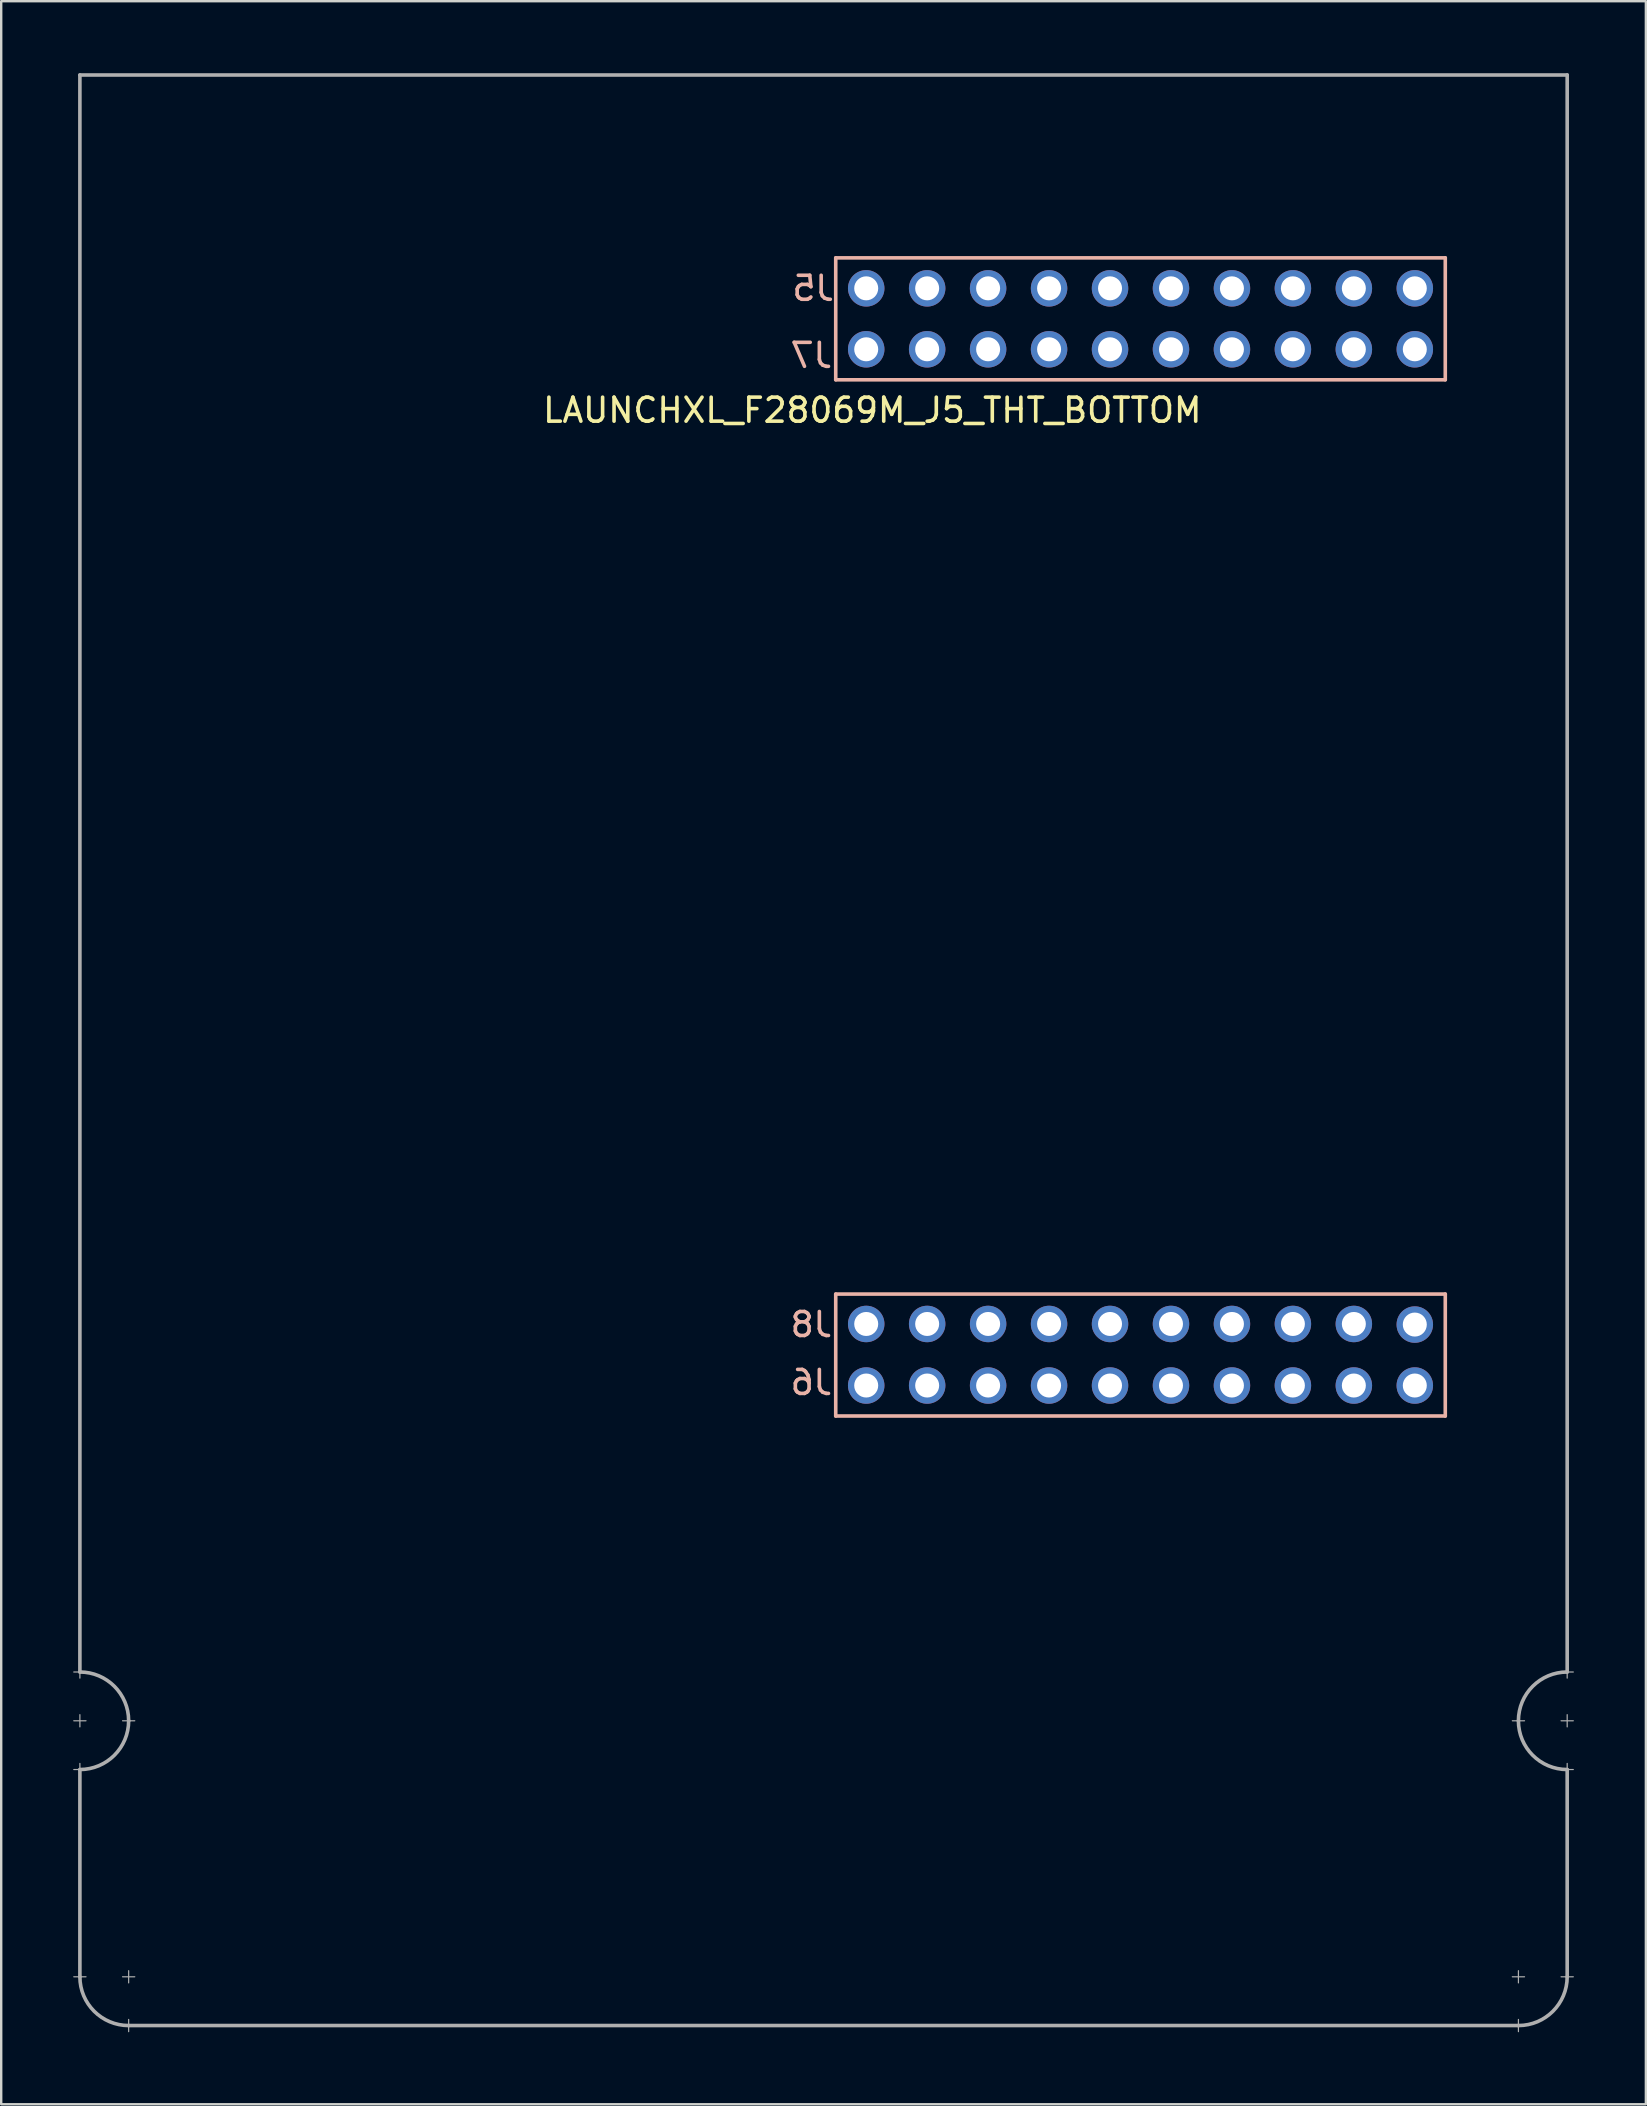
<source format=kicad_pcb>
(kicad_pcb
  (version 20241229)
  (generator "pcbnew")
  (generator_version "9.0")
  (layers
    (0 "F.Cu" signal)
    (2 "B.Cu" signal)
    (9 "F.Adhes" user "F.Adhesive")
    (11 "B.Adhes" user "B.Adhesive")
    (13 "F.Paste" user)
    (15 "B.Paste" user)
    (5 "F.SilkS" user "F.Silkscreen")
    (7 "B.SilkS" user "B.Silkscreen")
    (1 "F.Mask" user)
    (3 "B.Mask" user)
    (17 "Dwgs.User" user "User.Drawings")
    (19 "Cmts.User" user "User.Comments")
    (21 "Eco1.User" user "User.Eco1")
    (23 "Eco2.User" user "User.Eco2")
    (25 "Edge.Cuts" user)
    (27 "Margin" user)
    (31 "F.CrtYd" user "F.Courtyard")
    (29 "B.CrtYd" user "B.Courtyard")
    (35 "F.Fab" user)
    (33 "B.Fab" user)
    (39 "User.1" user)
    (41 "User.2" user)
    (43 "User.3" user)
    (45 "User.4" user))
  (footprint "LAUNCHXL_F28069M_J5_THT_BOTTOM"
    (layer "F.Cu")
    (at 0.279 55.955)
    (property "Reference" "LAUNCHXL_F28069M_J5_THT_BOTTOM" (at 33.02 -41.91 0) (layer "F.SilkS") (effects (font (size 1 1) (thickness 0.15))))
    (attr through_hole)
    (fp_line (start 31.496 -48.26) (end 31.496 -43.18) (stroke (width 0.15) (type solid)) (layer "B.SilkS"))
    (fp_line (start 31.496 -43.18) (end 56.896 -43.18) (stroke (width 0.15) (type solid)) (layer "B.SilkS"))
    (fp_line (start 31.496 -5.08) (end 31.496 0) (stroke (width 0.15) (type solid)) (layer "B.SilkS"))
    (fp_line (start 31.496 0) (end 56.896 0) (stroke (width 0.15) (type solid)) (layer "B.SilkS"))
    (fp_line (start 56.896 -48.26) (end 31.496 -48.26) (stroke (width 0.15) (type solid)) (layer "B.SilkS"))
    (fp_line (start 56.896 -43.18) (end 56.896 -48.26) (stroke (width 0.15) (type solid)) (layer "B.SilkS"))
    (fp_line (start 56.896 -5.08) (end 31.496 -5.08) (stroke (width 0.15) (type solid)) (layer "B.SilkS"))
    (fp_line (start 56.896 0) (end 56.896 -5.08) (stroke (width 0.15) (type solid)) (layer "B.SilkS"))
    (fp_line (start -0.254 10.668) (end 0.254 10.668) (stroke (width 0.05) (type solid)) (layer "F.Fab"))
    (fp_line (start -0.254 12.7) (end 0.254 12.7) (stroke (width 0.05) (type solid)) (layer "F.Fab"))
    (fp_line (start -0.254 14.732) (end 0.254 14.732) (stroke (width 0.05) (type solid)) (layer "F.Fab"))
    (fp_line (start 0 -55.88) (end 0 10.668) (stroke (width 0.15) (type solid)) (layer "F.Fab"))
    (fp_line (start 0 10.414) (end 0 10.922) (stroke (width 0.05) (type solid)) (layer "F.Fab"))
    (fp_line (start 0 12.446) (end 0 12.954) (stroke (width 0.05) (type solid)) (layer "F.Fab"))
    (fp_line (start 0 14.478) (end 0 14.986) (stroke (width 0.05) (type solid)) (layer "F.Fab"))
    (fp_line (start 0 14.732) (end 0 23.368) (stroke (width 0.15) (type solid)) (layer "F.Fab"))
    (fp_line (start 0 23.114) (end 0 23.622) (stroke (width 0.05) (type solid)) (layer "F.Fab"))
    (fp_line (start 0.254 23.368) (end -0.254 23.368) (stroke (width 0.05) (type solid)) (layer "F.Fab"))
    (fp_line (start 1.778 12.7) (end 2.286 12.7) (stroke (width 0.05) (type solid)) (layer "F.Fab"))
    (fp_line (start 2.032 23.114) (end 2.032 23.622) (stroke (width 0.05) (type solid)) (layer "F.Fab"))
    (fp_line (start 2.032 25.146) (end 2.032 25.654) (stroke (width 0.05) (type solid)) (layer "F.Fab"))
    (fp_line (start 2.032 25.4) (end 59.944 25.4) (stroke (width 0.15) (type solid)) (layer "F.Fab"))
    (fp_line (start 2.286 23.368) (end 1.778 23.368) (stroke (width 0.05) (type solid)) (layer "F.Fab"))
    (fp_line (start 59.69 23.368) (end 60.198 23.368) (stroke (width 0.05) (type solid)) (layer "F.Fab"))
    (fp_line (start 59.69 25.4) (end 60.198 25.4) (stroke (width 0.05) (type solid)) (layer "F.Fab"))
    (fp_line (start 59.944 23.114) (end 59.944 23.622) (stroke (width 0.05) (type solid)) (layer "F.Fab"))
    (fp_line (start 59.944 25.146) (end 59.944 25.654) (stroke (width 0.05) (type solid)) (layer "F.Fab"))
    (fp_line (start 60.198 12.7) (end 59.69 12.7) (stroke (width 0.05) (type solid)) (layer "F.Fab"))
    (fp_line (start 61.722 23.368) (end 62.23 23.368) (stroke (width 0.05) (type solid)) (layer "F.Fab"))
    (fp_line (start 61.976 -55.88) (end 0 -55.88) (stroke (width 0.15) (type solid)) (layer "F.Fab"))
    (fp_line (start 61.976 10.668) (end 61.976 -55.88) (stroke (width 0.15) (type solid)) (layer "F.Fab"))
    (fp_line (start 61.976 10.922) (end 61.976 10.414) (stroke (width 0.05) (type solid)) (layer "F.Fab"))
    (fp_line (start 61.976 12.954) (end 61.976 12.446) (stroke (width 0.05) (type solid)) (layer "F.Fab"))
    (fp_line (start 61.976 14.732) (end 61.976 23.368) (stroke (width 0.15) (type solid)) (layer "F.Fab"))
    (fp_line (start 61.976 14.986) (end 61.976 14.478) (stroke (width 0.05) (type solid)) (layer "F.Fab"))
    (fp_line (start 62.23 10.668) (end 61.722 10.668) (stroke (width 0.05) (type solid)) (layer "F.Fab"))
    (fp_line (start 62.23 12.7) (end 61.722 12.7) (stroke (width 0.05) (type solid)) (layer "F.Fab"))
    (fp_line (start 62.23 14.732) (end 61.722 14.732) (stroke (width 0.05) (type solid)) (layer "F.Fab"))
    (fp_arc (start 0 10.668) (mid 1.436841 11.263159) (end 2.032 12.7) (stroke (width 0.15) (type solid)) (layer "F.Fab"))
    (fp_arc (start 2.032 12.7) (mid 1.436841 14.136841) (end 0 14.732) (stroke (width 0.15) (type solid)) (layer "F.Fab"))
    (fp_arc (start 2.032 25.4) (mid 0.595159 24.804841) (end 0 23.368) (stroke (width 0.15) (type solid)) (layer "F.Fab"))
    (fp_arc (start 59.944 12.7) (mid 60.539159 11.263159) (end 61.976 10.668) (stroke (width 0.15) (type solid)) (layer "F.Fab"))
    (fp_arc (start 61.976 14.732) (mid 60.539159 14.136841) (end 59.944 12.7) (stroke (width 0.15) (type solid)) (layer "F.Fab"))
    (fp_arc (start 61.976 23.368) (mid 61.380841 24.804841) (end 59.944 25.4) (stroke (width 0.15) (type solid)) (layer "F.Fab"))
    (fp_text user "J7" (at 30.48 -44.196 0) (layer "B.SilkS") (effects (font (size 1 1) (thickness 0.15)) (justify mirror)))
    (fp_text user "J8" (at 30.48 -3.81 0) (layer "B.SilkS") (effects (font (size 1 1) (thickness 0.15)) (justify mirror)))
    (fp_text user "J5" (at 30.556 -46.99 0) (layer "B.SilkS") (effects (font (size 1 1) (thickness 0.15)) (justify mirror)))
    (fp_text user "J6" (at 30.48 -1.397 0) (layer "B.SilkS") (effects (font (size 1 1) (thickness 0.15)) (justify mirror)))
    (pad "+3V3" thru_hole circle (at 55.626 -46.99) (size 1.52 1.52) (drill 1) (layers "*.Cu" "*.Mask"))
    (pad "+5V" thru_hole circle (at 55.626 -44.45) (size 1.52 1.52) (drill 1) (layers "*.Cu" "*.Mask"))
    (pad "A_A3" thru_hole circle (at 40.386 -44.45) (size 1.52 1.52) (drill 1) (layers "*.Cu" "*.Mask"))
    (pad "A_A4" thru_hole circle (at 35.306 -44.45) (size 1.52 1.52) (drill 1) (layers "*.Cu" "*.Mask"))
    (pad "A_A5" thru_hole circle (at 45.466 -44.45) (size 1.52 1.52) (drill 1) (layers "*.Cu" "*.Mask"))
    (pad "A_B3" thru_hole circle (at 37.846 -44.45) (size 1.52 1.52) (drill 1) (layers "*.Cu" "*.Mask"))
    (pad "A_B4" thru_hole circle (at 48.006 -44.45) (size 1.52 1.52) (drill 1) (layers "*.Cu" "*.Mask"))
    (pad "A_B5" thru_hole circle (at 42.926 -44.45) (size 1.52 1.52) (drill 1) (layers "*.Cu" "*.Mask"))
    (pad "A_B7" thru_hole circle (at 50.546 -44.45) (size 1.52 1.52) (drill 1) (layers "*.Cu" "*.Mask"))
    (pad "DAC3" thru_hole circle (at 35.306 -3.835) (size 1.52 1.52) (drill 1) (layers "*.Cu" "*.Mask"))
    (pad "DAC4" thru_hole circle (at 32.766 -3.835) (size 1.52 1.52) (drill 1) (layers "*.Cu" "*.Mask"))
    (pad "GND" thru_hole circle (at 53.086 -44.45) (size 1.52 1.52) (drill 1) (layers "*.Cu" "*.Mask"))
    (pad "GND" thru_hole circle (at 55.626 -1.27) (size 1.52 1.52) (drill 1) (layers "*.Cu" "*.Mask"))
    (pad "NC" thru_hole circle (at 32.766 -44.45) (size 1.52 1.52) (drill 1) (layers "*.Cu" "*.Mask"))
    (pad "NC" thru_hole circle (at 37.846 -3.835) (size 1.52 1.52) (drill 1) (layers "*.Cu" "*.Mask"))
    (pad "NC" thru_hole circle (at 40.386 -3.835) (size 1.52 1.52) (drill 1) (layers "*.Cu" "*.Mask"))
    (pad "NC" thru_hole circle (at 42.926 -46.99) (size 1.52 1.52) (drill 1) (layers "*.Cu" "*.Mask"))
    (pad "NC" thru_hole circle (at 48.006 -1.27) (size 1.52 1.52) (drill 1) (layers "*.Cu" "*.Mask"))
    (pad "NC" thru_hole circle (at 53.086 -46.99) (size 1.52 1.52) (drill 1) (layers "*.Cu" "*.Mask"))
    (pad "P_6" thru_hole circle (at 55.626 -3.81) (size 1.52 1.52) (drill 1) (layers "*.Cu" "*.Mask"))
    (pad "P_7" thru_hole circle (at 53.086 -3.835) (size 1.52 1.52) (drill 1) (layers "*.Cu" "*.Mask"))
    (pad "P_8" thru_hole circle (at 50.546 -3.835) (size 1.52 1.52) (drill 1) (layers "*.Cu" "*.Mask"))
    (pad "P_9" thru_hole circle (at 48.006 -3.835) (size 1.52 1.52) (drill 1) (layers "*.Cu" "*.Mask"))
    (pad "P_10" thru_hole circle (at 45.466 -3.835) (size 1.52 1.52) (drill 1) (layers "*.Cu" "*.Mask"))
    (pad "P_11" thru_hole circle (at 42.926 -3.835) (size 1.52 1.52) (drill 1) (layers "*.Cu" "*.Mask"))
    (pad "P_14" thru_hole circle (at 40.386 -46.99) (size 1.52 1.52) (drill 1) (layers "*.Cu" "*.Mask"))
    (pad "P_15" thru_hole circle (at 50.546 -46.99) (size 1.52 1.52) (drill 1) (layers "*.Cu" "*.Mask"))
    (pad "P_20" thru_hole circle (at 45.466 -46.99) (size 1.52 1.52) (drill 1) (layers "*.Cu" "*.Mask"))
    (pad "P_21" thru_hole circle (at 37.846 -46.99) (size 1.52 1.52) (drill 1) (layers "*.Cu" "*.Mask"))
    (pad "P_23" thru_hole circle (at 35.306 -46.99) (size 1.52 1.52) (drill 1) (layers "*.Cu" "*.Mask"))
    (pad "P_24" thru_hole circle (at 42.926 -1.27) (size 1.52 1.52) (drill 1) (layers "*.Cu" "*.Mask"))
    (pad "P_25" thru_hole circle (at 40.386 -1.27) (size 1.52 1.52) (drill 1) (layers "*.Cu" "*.Mask"))
    (pad "P_26" thru_hole circle (at 50.546 -1.27) (size 1.52 1.52) (drill 1) (layers "*.Cu" "*.Mask"))
    (pad "P_27" thru_hole circle (at 53.086 -1.27) (size 1.52 1.52) (drill 1) (layers "*.Cu" "*.Mask"))
    (pad "P_52" thru_hole circle (at 37.846 -1.27) (size 1.52 1.52) (drill 1) (layers "*.Cu" "*.Mask"))
    (pad "P_53" thru_hole circle (at 35.306 -1.27) (size 1.52 1.52) (drill 1) (layers "*.Cu" "*.Mask"))
    (pad "P_54" thru_hole circle (at 32.766 -46.99) (size 1.52 1.52) (drill 1) (layers "*.Cu" "*.Mask"))
    (pad "P_56" thru_hole circle (at 32.766 -1.27) (size 1.52 1.52) (drill 1) (layers "*.Cu" "*.Mask"))
    (pad "P_58" thru_hole circle (at 48.006 -46.99) (size 1.52 1.52) (drill 1) (layers "*.Cu" "*.Mask"))
    (pad "Rese" thru_hole circle (at 45.466 -1.27) (size 1.52 1.52) (drill 1) (layers "*.Cu" "*.Mask")))
  (gr_rect
    (start -3 -3)
    (end 65.534 84.634)
    (stroke (width 0.1) (type default))
    (fill no)
    (layer "Edge.Cuts")))
</source>
